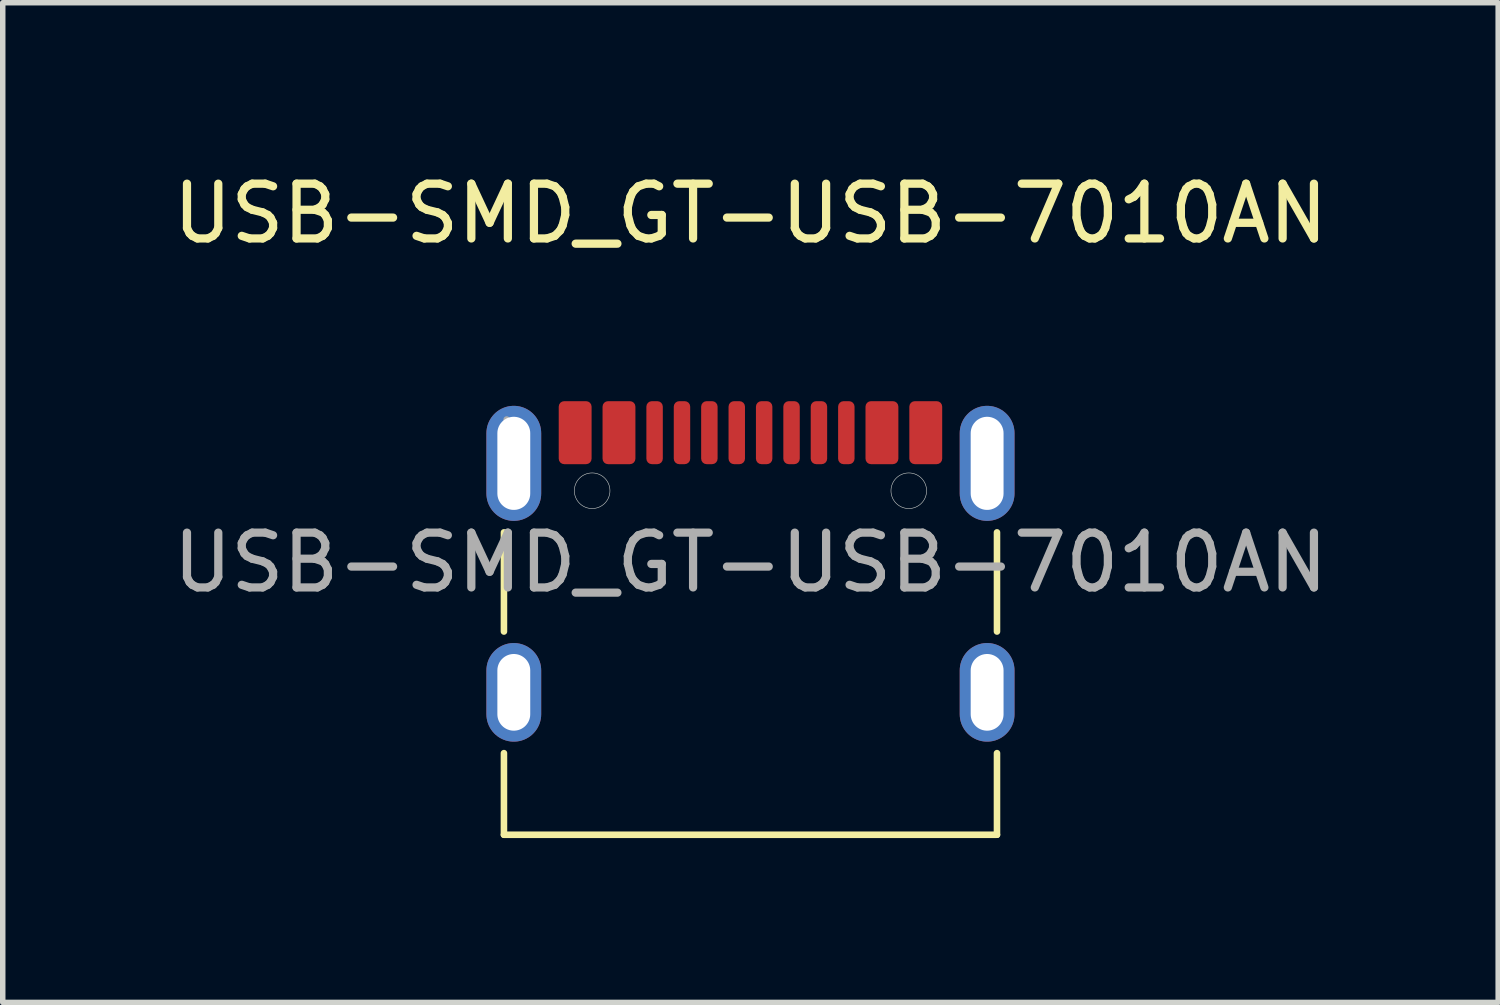
<source format=kicad_pcb>
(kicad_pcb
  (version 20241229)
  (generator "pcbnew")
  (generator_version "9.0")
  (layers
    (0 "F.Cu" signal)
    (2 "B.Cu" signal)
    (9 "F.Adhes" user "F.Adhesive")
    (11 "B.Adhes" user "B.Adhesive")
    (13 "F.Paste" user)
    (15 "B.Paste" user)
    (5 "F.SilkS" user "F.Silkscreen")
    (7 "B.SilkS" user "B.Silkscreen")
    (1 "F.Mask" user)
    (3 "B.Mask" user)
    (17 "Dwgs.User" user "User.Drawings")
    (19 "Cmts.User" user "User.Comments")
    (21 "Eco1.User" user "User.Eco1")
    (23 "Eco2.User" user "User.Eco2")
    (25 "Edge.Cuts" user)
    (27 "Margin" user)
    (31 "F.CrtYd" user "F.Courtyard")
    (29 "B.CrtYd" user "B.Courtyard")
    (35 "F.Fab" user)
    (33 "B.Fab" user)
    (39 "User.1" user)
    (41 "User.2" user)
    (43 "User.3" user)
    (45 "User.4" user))
  (footprint "USB-SMD_GT-USB-7010AN"
    (layer "F.Cu")
    (at 10.649 7.218)
    (property "Reference" "USB-SMD_GT-USB-7010AN" (at 0 -6.37 0) (layer "F.SilkS") (effects (font (size 1 1) (thickness 0.15))))
    (attr smd)
    (fp_line (start -4.5 -0.55) (end -4.5 1.26) (stroke (width 0.12) (type solid)) (layer "F.SilkS"))
    (fp_line (start -4.5 3.48) (end -4.5 4.97) (stroke (width 0.12) (type solid)) (layer "F.SilkS"))
    (fp_line (start -4.5 4.97) (end 4.5 4.97) (stroke (width 0.12) (type solid)) (layer "F.SilkS"))
    (fp_line (start 4.5 1.26) (end 4.5 -0.55) (stroke (width 0.12) (type solid)) (layer "F.SilkS"))
    (fp_line (start 4.5 4.97) (end 4.5 3.48) (stroke (width 0.12) (type solid)) (layer "F.SilkS"))
    (fp_circle (center -2.89 -1.31) (end -2.565 -1.31) (stroke (width 0.01) (type default)) (fill no) (layer "Edge.Cuts"))
    (fp_circle (center 2.89 -1.31) (end 3.215 -1.31) (stroke (width 0.01) (type default)) (fill no) (layer "Edge.Cuts"))
    (fp_circle (center -4.45 -2.61) (end -4.42 -2.61) (stroke (width 0.06) (type solid)) (fill no) (layer "F.Fab"))
    (fp_text user "${REFERENCE}" (at 0 0 0) (layer "F.Fab") (effects (font (size 1 1) (thickness 0.15))))
    (pad "A1" smd roundrect (at -3.2 -2.37) (size 0.6 1.15) (layers "F.Cu" "F.Mask" "F.Paste") (roundrect_rratio 0.167))
    (pad "A4" smd roundrect (at -2.4 -2.37) (size 0.6 1.15) (layers "F.Cu" "F.Mask" "F.Paste") (roundrect_rratio 0.167))
    (pad "A5" smd roundrect (at -1.25 -2.37) (size 0.3 1.15) (layers "F.Cu" "F.Mask" "F.Paste") (roundrect_rratio 0.333))
    (pad "A6" smd roundrect (at -0.25 -2.37) (size 0.3 1.15) (layers "F.Cu" "F.Mask" "F.Paste") (roundrect_rratio 0.333))
    (pad "A7" smd roundrect (at 0.25 -2.37) (size 0.3 1.15) (layers "F.Cu" "F.Mask" "F.Paste") (roundrect_rratio 0.333))
    (pad "A8" smd roundrect (at 1.25 -2.37) (size 0.3 1.15) (layers "F.Cu" "F.Mask" "F.Paste") (roundrect_rratio 0.333))
    (pad "A9" smd roundrect (at 2.4 -2.37) (size 0.6 1.15) (layers "F.Cu" "F.Mask" "F.Paste") (roundrect_rratio 0.167))
    (pad "A12" smd roundrect (at 3.2 -2.37) (size 0.6 1.15) (layers "F.Cu" "F.Mask" "F.Paste") (roundrect_rratio 0.167))
    (pad "B5" smd roundrect (at 1.75 -2.37) (size 0.3 1.15) (layers "F.Cu" "F.Mask" "F.Paste") (roundrect_rratio 0.333))
    (pad "B6" smd roundrect (at 0.75 -2.37) (size 0.3 1.15) (layers "F.Cu" "F.Mask" "F.Paste") (roundrect_rratio 0.333))
    (pad "B7" smd roundrect (at -0.75 -2.37) (size 0.3 1.15) (layers "F.Cu" "F.Mask" "F.Paste") (roundrect_rratio 0.333))
    (pad "B8" smd roundrect (at -1.75 -2.37) (size 0.3 1.15) (layers "F.Cu" "F.Mask" "F.Paste") (roundrect_rratio 0.333))
    (pad "S1" thru_hole oval (at -4.32 -1.81) (size 1 2.1) (drill oval 0.6 1.7) (layers "*.Cu" "*.Mask"))
    (pad "S1" thru_hole oval (at -4.32 2.37) (size 1 1.8) (drill oval 0.6 1.4) (layers "*.Cu" "*.Mask"))
    (pad "S1" thru_hole oval (at 4.32 -1.81) (size 1 2.1) (drill oval 0.6 1.7) (layers "*.Cu" "*.Mask"))
    (pad "S1" thru_hole oval (at 4.32 2.37) (size 1 1.8) (drill oval 0.6 1.4) (layers "*.Cu" "*.Mask"))
    (zone (net_name "") (layer "F.Cu") (hatch edge 0.5) (connect_pads) (min_thickness 0.25) (filled_areas_thickness no) (keepout (tracks allowed) (vias allowed) (pads allowed) (copperpour not_allowed) (footprints allowed)) (placement (enabled no)) (fill) (polygon (pts (xy 15.149 12.188) (xy 15.149 4.968) (xy 6.149 4.968) (xy 6.149 12.188)))))
  (gr_rect
    (start -3 -3)
    (end 24.298 15.248)
    (stroke (width 0.1) (type default))
    (fill no)
    (layer "Edge.Cuts")))
</source>
